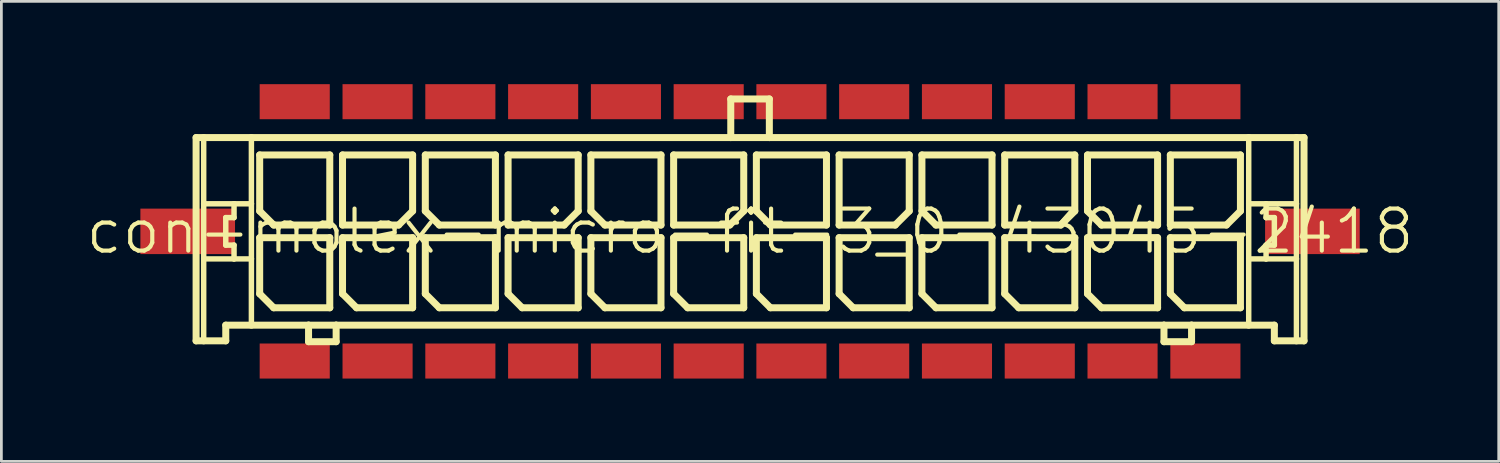
<source format=kicad_pcb>
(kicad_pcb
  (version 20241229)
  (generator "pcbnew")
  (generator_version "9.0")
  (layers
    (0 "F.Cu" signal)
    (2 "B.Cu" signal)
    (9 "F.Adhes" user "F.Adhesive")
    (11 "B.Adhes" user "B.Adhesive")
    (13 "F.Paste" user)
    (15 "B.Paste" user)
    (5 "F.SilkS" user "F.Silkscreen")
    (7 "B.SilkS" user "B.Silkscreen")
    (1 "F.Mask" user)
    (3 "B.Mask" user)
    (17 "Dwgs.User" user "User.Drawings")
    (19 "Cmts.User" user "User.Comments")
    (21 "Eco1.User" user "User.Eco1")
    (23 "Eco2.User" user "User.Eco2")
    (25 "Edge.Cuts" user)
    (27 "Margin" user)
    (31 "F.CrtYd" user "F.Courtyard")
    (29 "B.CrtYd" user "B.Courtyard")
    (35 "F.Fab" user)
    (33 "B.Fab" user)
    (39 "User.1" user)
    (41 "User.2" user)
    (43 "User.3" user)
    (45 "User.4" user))
  (footprint "con-molex-micro-fit-3_0-43045-2418"
    (layer "F.Cu")
    (at 24.13 5.334)
    (property "Reference" "con-molex-micro-fit-3_0-43045-2418" (at 0 0 0) (layer "F.SilkS") (effects (font (size 1.524 1.524) (thickness 0.15))))
    (attr smd)
    (fp_line (start -20.074 -3.399) (end -19.799 -3.399) (stroke (width 0.254) (type solid)) (layer "F.SilkS"))
    (fp_line (start -20.074 3.967) (end -20.074 -3.399) (stroke (width 0.254) (type solid)) (layer "F.SilkS"))
    (fp_line (start -19.799 -3.399) (end -18.07 -3.399) (stroke (width 0.254) (type solid)) (layer "F.SilkS"))
    (fp_line (start -19.799 -0.998) (end -19.799 -3.399) (stroke (width 0.198) (type solid)) (layer "F.SilkS"))
    (fp_line (start -19.799 0.998) (end -19.799 -0.998) (stroke (width 0.198) (type solid)) (layer "F.SilkS"))
    (fp_line (start -19.799 3.967) (end -20.074 3.967) (stroke (width 0.254) (type solid)) (layer "F.SilkS"))
    (fp_line (start -19.799 3.967) (end -19.799 0.998) (stroke (width 0.198) (type solid)) (layer "F.SilkS"))
    (fp_line (start -18.999 -0.498) (end -18.999 0.498) (stroke (width 0.198) (type solid)) (layer "F.SilkS"))
    (fp_line (start -18.999 0.498) (end -18.699 0.498) (stroke (width 0.198) (type solid)) (layer "F.SilkS"))
    (fp_line (start -18.999 3.399) (end -18.999 3.967) (stroke (width 0.254) (type solid)) (layer "F.SilkS"))
    (fp_line (start -18.999 3.967) (end -19.799 3.967) (stroke (width 0.254) (type solid)) (layer "F.SilkS"))
    (fp_line (start -18.699 -0.998) (end -19.799 -0.998) (stroke (width 0.198) (type solid)) (layer "F.SilkS"))
    (fp_line (start -18.699 -0.998) (end -18.699 -0.498) (stroke (width 0.198) (type solid)) (layer "F.SilkS"))
    (fp_line (start -18.699 -0.498) (end -18.999 -0.498) (stroke (width 0.198) (type solid)) (layer "F.SilkS"))
    (fp_line (start -18.699 0.498) (end -18.699 0.998) (stroke (width 0.198) (type solid)) (layer "F.SilkS"))
    (fp_line (start -18.699 0.998) (end -19.799 0.998) (stroke (width 0.198) (type solid)) (layer "F.SilkS"))
    (fp_line (start -18.07 -3.399) (end -0.699 -3.399) (stroke (width 0.254) (type solid)) (layer "F.SilkS"))
    (fp_line (start -18.07 -0.998) (end -18.699 -0.998) (stroke (width 0.198) (type solid)) (layer "F.SilkS"))
    (fp_line (start -18.07 -0.998) (end -18.07 -3.399) (stroke (width 0.198) (type solid)) (layer "F.SilkS"))
    (fp_line (start -18.07 0.998) (end -18.699 0.998) (stroke (width 0.198) (type solid)) (layer "F.SilkS"))
    (fp_line (start -18.07 0.998) (end -18.07 -0.998) (stroke (width 0.198) (type solid)) (layer "F.SilkS"))
    (fp_line (start -18.07 3.399) (end -18.999 3.399) (stroke (width 0.254) (type solid)) (layer "F.SilkS"))
    (fp_line (start -18.07 3.399) (end -18.07 0.998) (stroke (width 0.198) (type solid)) (layer "F.SilkS"))
    (fp_line (start -17.77 -2.769) (end -15.23 -2.769) (stroke (width 0.254) (type solid)) (layer "F.SilkS"))
    (fp_line (start -17.77 -0.737) (end -17.77 -2.769) (stroke (width 0.254) (type solid)) (layer "F.SilkS"))
    (fp_line (start -17.77 0.229) (end -15.23 0.229) (stroke (width 0.254) (type solid)) (layer "F.SilkS"))
    (fp_line (start -17.77 2.261) (end -17.77 0.229) (stroke (width 0.254) (type solid)) (layer "F.SilkS"))
    (fp_line (start -17.262 -0.229) (end -17.77 -0.737) (stroke (width 0.254) (type solid)) (layer "F.SilkS"))
    (fp_line (start -17.262 2.769) (end -17.77 2.261) (stroke (width 0.254) (type solid)) (layer "F.SilkS"))
    (fp_line (start -15.999 3.399) (end -18.07 3.399) (stroke (width 0.254) (type solid)) (layer "F.SilkS"))
    (fp_line (start -15.999 3.399) (end -15.999 3.998) (stroke (width 0.254) (type solid)) (layer "F.SilkS"))
    (fp_line (start -15.999 3.998) (end -14.999 3.998) (stroke (width 0.254) (type solid)) (layer "F.SilkS"))
    (fp_line (start -15.23 -2.769) (end -15.23 -0.229) (stroke (width 0.254) (type solid)) (layer "F.SilkS"))
    (fp_line (start -15.23 -0.229) (end -17.262 -0.229) (stroke (width 0.254) (type solid)) (layer "F.SilkS"))
    (fp_line (start -15.23 0.229) (end -15.23 2.769) (stroke (width 0.254) (type solid)) (layer "F.SilkS"))
    (fp_line (start -15.23 2.769) (end -17.262 2.769) (stroke (width 0.254) (type solid)) (layer "F.SilkS"))
    (fp_line (start -14.999 3.399) (end -15.999 3.399) (stroke (width 0.254) (type solid)) (layer "F.SilkS"))
    (fp_line (start -14.999 3.998) (end -14.999 3.399) (stroke (width 0.254) (type solid)) (layer "F.SilkS"))
    (fp_line (start -14.768 -2.769) (end -14.768 -0.229) (stroke (width 0.254) (type solid)) (layer "F.SilkS"))
    (fp_line (start -14.768 -0.229) (end -12.736 -0.229) (stroke (width 0.254) (type solid)) (layer "F.SilkS"))
    (fp_line (start -14.768 0.229) (end -12.228 0.229) (stroke (width 0.254) (type solid)) (layer "F.SilkS"))
    (fp_line (start -14.768 2.261) (end -14.768 0.229) (stroke (width 0.254) (type solid)) (layer "F.SilkS"))
    (fp_line (start -14.26 2.769) (end -14.768 2.261) (stroke (width 0.254) (type solid)) (layer "F.SilkS"))
    (fp_line (start -12.736 -0.229) (end -12.228 -0.737) (stroke (width 0.254) (type solid)) (layer "F.SilkS"))
    (fp_line (start -12.228 -2.769) (end -14.768 -2.769) (stroke (width 0.254) (type solid)) (layer "F.SilkS"))
    (fp_line (start -12.228 -0.737) (end -12.228 -2.769) (stroke (width 0.254) (type solid)) (layer "F.SilkS"))
    (fp_line (start -12.228 0.229) (end -12.228 2.769) (stroke (width 0.254) (type solid)) (layer "F.SilkS"))
    (fp_line (start -12.228 2.769) (end -14.26 2.769) (stroke (width 0.254) (type solid)) (layer "F.SilkS"))
    (fp_line (start -11.768 -2.769) (end -9.228 -2.769) (stroke (width 0.254) (type solid)) (layer "F.SilkS"))
    (fp_line (start -11.768 -0.737) (end -11.768 -2.769) (stroke (width 0.254) (type solid)) (layer "F.SilkS"))
    (fp_line (start -11.768 0.229) (end -9.228 0.229) (stroke (width 0.254) (type solid)) (layer "F.SilkS"))
    (fp_line (start -11.768 2.261) (end -11.768 0.229) (stroke (width 0.254) (type solid)) (layer "F.SilkS"))
    (fp_line (start -11.26 -0.229) (end -11.768 -0.737) (stroke (width 0.254) (type solid)) (layer "F.SilkS"))
    (fp_line (start -11.26 2.769) (end -11.768 2.261) (stroke (width 0.254) (type solid)) (layer "F.SilkS"))
    (fp_line (start -9.228 -2.769) (end -9.228 -0.229) (stroke (width 0.254) (type solid)) (layer "F.SilkS"))
    (fp_line (start -9.228 -0.229) (end -11.26 -0.229) (stroke (width 0.254) (type solid)) (layer "F.SilkS"))
    (fp_line (start -9.228 0.229) (end -9.228 2.769) (stroke (width 0.254) (type solid)) (layer "F.SilkS"))
    (fp_line (start -9.228 2.769) (end -11.26 2.769) (stroke (width 0.254) (type solid)) (layer "F.SilkS"))
    (fp_line (start -8.768 -2.769) (end -8.768 -0.229) (stroke (width 0.254) (type solid)) (layer "F.SilkS"))
    (fp_line (start -8.768 -0.229) (end -6.736 -0.229) (stroke (width 0.254) (type solid)) (layer "F.SilkS"))
    (fp_line (start -8.768 0.229) (end -6.228 0.229) (stroke (width 0.254) (type solid)) (layer "F.SilkS"))
    (fp_line (start -8.768 2.261) (end -8.768 0.229) (stroke (width 0.254) (type solid)) (layer "F.SilkS"))
    (fp_line (start -8.26 2.769) (end -8.768 2.261) (stroke (width 0.254) (type solid)) (layer "F.SilkS"))
    (fp_line (start -6.736 -0.229) (end -6.228 -0.737) (stroke (width 0.254) (type solid)) (layer "F.SilkS"))
    (fp_line (start -6.228 -2.769) (end -8.768 -2.769) (stroke (width 0.254) (type solid)) (layer "F.SilkS"))
    (fp_line (start -6.228 -0.737) (end -6.228 -2.769) (stroke (width 0.254) (type solid)) (layer "F.SilkS"))
    (fp_line (start -6.228 0.229) (end -6.228 2.769) (stroke (width 0.254) (type solid)) (layer "F.SilkS"))
    (fp_line (start -6.228 2.769) (end -8.26 2.769) (stroke (width 0.254) (type solid)) (layer "F.SilkS"))
    (fp_line (start -5.768 -2.769) (end -3.228 -2.769) (stroke (width 0.254) (type solid)) (layer "F.SilkS"))
    (fp_line (start -5.768 -0.737) (end -5.768 -2.769) (stroke (width 0.254) (type solid)) (layer "F.SilkS"))
    (fp_line (start -5.768 0.229) (end -3.228 0.229) (stroke (width 0.254) (type solid)) (layer "F.SilkS"))
    (fp_line (start -5.768 2.261) (end -5.768 0.229) (stroke (width 0.254) (type solid)) (layer "F.SilkS"))
    (fp_line (start -5.26 -0.229) (end -5.768 -0.737) (stroke (width 0.254) (type solid)) (layer "F.SilkS"))
    (fp_line (start -5.26 2.769) (end -5.768 2.261) (stroke (width 0.254) (type solid)) (layer "F.SilkS"))
    (fp_line (start -3.228 -2.769) (end -3.228 -0.229) (stroke (width 0.254) (type solid)) (layer "F.SilkS"))
    (fp_line (start -3.228 -0.229) (end -5.26 -0.229) (stroke (width 0.254) (type solid)) (layer "F.SilkS"))
    (fp_line (start -3.228 0.229) (end -3.228 2.769) (stroke (width 0.254) (type solid)) (layer "F.SilkS"))
    (fp_line (start -3.228 2.769) (end -5.26 2.769) (stroke (width 0.254) (type solid)) (layer "F.SilkS"))
    (fp_line (start -2.769 -2.769) (end -2.769 -0.229) (stroke (width 0.254) (type solid)) (layer "F.SilkS"))
    (fp_line (start -2.769 -0.229) (end -0.737 -0.229) (stroke (width 0.254) (type solid)) (layer "F.SilkS"))
    (fp_line (start -2.769 0.229) (end -0.229 0.229) (stroke (width 0.254) (type solid)) (layer "F.SilkS"))
    (fp_line (start -2.769 2.261) (end -2.769 0.229) (stroke (width 0.254) (type solid)) (layer "F.SilkS"))
    (fp_line (start -2.261 2.769) (end -2.769 2.261) (stroke (width 0.254) (type solid)) (layer "F.SilkS"))
    (fp_line (start -0.737 -0.229) (end -0.229 -0.737) (stroke (width 0.254) (type solid)) (layer "F.SilkS"))
    (fp_line (start -0.699 -4.798) (end -0.699 -3.399) (stroke (width 0.254) (type solid)) (layer "F.SilkS"))
    (fp_line (start -0.699 -4.798) (end 0.699 -4.798) (stroke (width 0.254) (type solid)) (layer "F.SilkS"))
    (fp_line (start -0.699 -3.399) (end 0.699 -3.399) (stroke (width 0.254) (type solid)) (layer "F.SilkS"))
    (fp_line (start -0.229 -2.769) (end -2.769 -2.769) (stroke (width 0.254) (type solid)) (layer "F.SilkS"))
    (fp_line (start -0.229 -0.737) (end -0.229 -2.769) (stroke (width 0.254) (type solid)) (layer "F.SilkS"))
    (fp_line (start -0.229 0.229) (end -0.229 2.769) (stroke (width 0.254) (type solid)) (layer "F.SilkS"))
    (fp_line (start -0.229 2.769) (end -2.261 2.769) (stroke (width 0.254) (type solid)) (layer "F.SilkS"))
    (fp_line (start 0.229 -2.769) (end 2.769 -2.769) (stroke (width 0.254) (type solid)) (layer "F.SilkS"))
    (fp_line (start 0.229 -0.737) (end 0.229 -2.769) (stroke (width 0.254) (type solid)) (layer "F.SilkS"))
    (fp_line (start 0.229 0.229) (end 2.769 0.229) (stroke (width 0.254) (type solid)) (layer "F.SilkS"))
    (fp_line (start 0.229 2.261) (end 0.229 0.229) (stroke (width 0.254) (type solid)) (layer "F.SilkS"))
    (fp_line (start 0.699 -4.798) (end 0.699 -3.399) (stroke (width 0.254) (type solid)) (layer "F.SilkS"))
    (fp_line (start 0.699 -3.399) (end 18.07 -3.399) (stroke (width 0.254) (type solid)) (layer "F.SilkS"))
    (fp_line (start 0.737 -0.229) (end 0.229 -0.737) (stroke (width 0.254) (type solid)) (layer "F.SilkS"))
    (fp_line (start 0.737 2.769) (end 0.229 2.261) (stroke (width 0.254) (type solid)) (layer "F.SilkS"))
    (fp_line (start 2.769 -2.769) (end 2.769 -0.229) (stroke (width 0.254) (type solid)) (layer "F.SilkS"))
    (fp_line (start 2.769 -0.229) (end 0.737 -0.229) (stroke (width 0.254) (type solid)) (layer "F.SilkS"))
    (fp_line (start 2.769 0.229) (end 2.769 2.769) (stroke (width 0.254) (type solid)) (layer "F.SilkS"))
    (fp_line (start 2.769 2.769) (end 0.737 2.769) (stroke (width 0.254) (type solid)) (layer "F.SilkS"))
    (fp_line (start 3.228 -2.769) (end 3.228 -0.229) (stroke (width 0.254) (type solid)) (layer "F.SilkS"))
    (fp_line (start 3.228 -0.229) (end 5.26 -0.229) (stroke (width 0.254) (type solid)) (layer "F.SilkS"))
    (fp_line (start 3.228 0.229) (end 5.768 0.229) (stroke (width 0.254) (type solid)) (layer "F.SilkS"))
    (fp_line (start 3.228 2.261) (end 3.228 0.229) (stroke (width 0.254) (type solid)) (layer "F.SilkS"))
    (fp_line (start 3.736 2.769) (end 3.228 2.261) (stroke (width 0.254) (type solid)) (layer "F.SilkS"))
    (fp_line (start 5.26 -0.229) (end 5.768 -0.737) (stroke (width 0.254) (type solid)) (layer "F.SilkS"))
    (fp_line (start 5.768 -2.769) (end 3.228 -2.769) (stroke (width 0.254) (type solid)) (layer "F.SilkS"))
    (fp_line (start 5.768 -0.737) (end 5.768 -2.769) (stroke (width 0.254) (type solid)) (layer "F.SilkS"))
    (fp_line (start 5.768 0.229) (end 5.768 2.769) (stroke (width 0.254) (type solid)) (layer "F.SilkS"))
    (fp_line (start 5.768 2.769) (end 3.736 2.769) (stroke (width 0.254) (type solid)) (layer "F.SilkS"))
    (fp_line (start 6.228 -2.769) (end 8.768 -2.769) (stroke (width 0.254) (type solid)) (layer "F.SilkS"))
    (fp_line (start 6.228 -0.737) (end 6.228 -2.769) (stroke (width 0.254) (type solid)) (layer "F.SilkS"))
    (fp_line (start 6.228 0.229) (end 8.768 0.229) (stroke (width 0.254) (type solid)) (layer "F.SilkS"))
    (fp_line (start 6.228 2.261) (end 6.228 0.229) (stroke (width 0.254) (type solid)) (layer "F.SilkS"))
    (fp_line (start 6.736 -0.229) (end 6.228 -0.737) (stroke (width 0.254) (type solid)) (layer "F.SilkS"))
    (fp_line (start 6.736 2.769) (end 6.228 2.261) (stroke (width 0.254) (type solid)) (layer "F.SilkS"))
    (fp_line (start 8.768 -2.769) (end 8.768 -0.229) (stroke (width 0.254) (type solid)) (layer "F.SilkS"))
    (fp_line (start 8.768 -0.229) (end 6.736 -0.229) (stroke (width 0.254) (type solid)) (layer "F.SilkS"))
    (fp_line (start 8.768 0.229) (end 8.768 2.769) (stroke (width 0.254) (type solid)) (layer "F.SilkS"))
    (fp_line (start 8.768 2.769) (end 6.736 2.769) (stroke (width 0.254) (type solid)) (layer "F.SilkS"))
    (fp_line (start 9.228 -2.769) (end 9.228 -0.229) (stroke (width 0.254) (type solid)) (layer "F.SilkS"))
    (fp_line (start 9.228 -0.229) (end 11.26 -0.229) (stroke (width 0.254) (type solid)) (layer "F.SilkS"))
    (fp_line (start 9.228 0.229) (end 11.768 0.229) (stroke (width 0.254) (type solid)) (layer "F.SilkS"))
    (fp_line (start 9.228 2.261) (end 9.228 0.229) (stroke (width 0.254) (type solid)) (layer "F.SilkS"))
    (fp_line (start 9.736 2.769) (end 9.228 2.261) (stroke (width 0.254) (type solid)) (layer "F.SilkS"))
    (fp_line (start 11.26 -0.229) (end 11.768 -0.737) (stroke (width 0.254) (type solid)) (layer "F.SilkS"))
    (fp_line (start 11.768 -2.769) (end 9.228 -2.769) (stroke (width 0.254) (type solid)) (layer "F.SilkS"))
    (fp_line (start 11.768 -0.737) (end 11.768 -2.769) (stroke (width 0.254) (type solid)) (layer "F.SilkS"))
    (fp_line (start 11.768 0.229) (end 11.768 2.769) (stroke (width 0.254) (type solid)) (layer "F.SilkS"))
    (fp_line (start 11.768 2.769) (end 9.736 2.769) (stroke (width 0.254) (type solid)) (layer "F.SilkS"))
    (fp_line (start 12.228 -2.769) (end 14.768 -2.769) (stroke (width 0.254) (type solid)) (layer "F.SilkS"))
    (fp_line (start 12.228 -0.737) (end 12.228 -2.769) (stroke (width 0.254) (type solid)) (layer "F.SilkS"))
    (fp_line (start 12.228 0.229) (end 14.768 0.229) (stroke (width 0.254) (type solid)) (layer "F.SilkS"))
    (fp_line (start 12.228 2.261) (end 12.228 0.229) (stroke (width 0.254) (type solid)) (layer "F.SilkS"))
    (fp_line (start 12.736 -0.229) (end 12.228 -0.737) (stroke (width 0.254) (type solid)) (layer "F.SilkS"))
    (fp_line (start 12.736 2.769) (end 12.228 2.261) (stroke (width 0.254) (type solid)) (layer "F.SilkS"))
    (fp_line (start 14.768 -2.769) (end 14.768 -0.229) (stroke (width 0.254) (type solid)) (layer "F.SilkS"))
    (fp_line (start 14.768 -0.229) (end 12.736 -0.229) (stroke (width 0.254) (type solid)) (layer "F.SilkS"))
    (fp_line (start 14.768 0.229) (end 14.768 2.769) (stroke (width 0.254) (type solid)) (layer "F.SilkS"))
    (fp_line (start 14.768 2.769) (end 12.736 2.769) (stroke (width 0.254) (type solid)) (layer "F.SilkS"))
    (fp_line (start 14.999 3.399) (end -14.999 3.399) (stroke (width 0.254) (type solid)) (layer "F.SilkS"))
    (fp_line (start 14.999 3.399) (end 14.999 3.998) (stroke (width 0.254) (type solid)) (layer "F.SilkS"))
    (fp_line (start 14.999 3.998) (end 15.999 3.998) (stroke (width 0.254) (type solid)) (layer "F.SilkS"))
    (fp_line (start 15.23 -2.769) (end 15.23 -0.229) (stroke (width 0.254) (type solid)) (layer "F.SilkS"))
    (fp_line (start 15.23 -0.229) (end 17.262 -0.229) (stroke (width 0.254) (type solid)) (layer "F.SilkS"))
    (fp_line (start 15.23 0.229) (end 17.77 0.229) (stroke (width 0.254) (type solid)) (layer "F.SilkS"))
    (fp_line (start 15.23 2.261) (end 15.23 0.229) (stroke (width 0.254) (type solid)) (layer "F.SilkS"))
    (fp_line (start 15.738 2.769) (end 15.23 2.261) (stroke (width 0.254) (type solid)) (layer "F.SilkS"))
    (fp_line (start 15.999 3.399) (end 14.999 3.399) (stroke (width 0.254) (type solid)) (layer "F.SilkS"))
    (fp_line (start 15.999 3.998) (end 15.999 3.399) (stroke (width 0.254) (type solid)) (layer "F.SilkS"))
    (fp_line (start 17.262 -0.229) (end 17.77 -0.737) (stroke (width 0.254) (type solid)) (layer "F.SilkS"))
    (fp_line (start 17.77 -2.769) (end 15.23 -2.769) (stroke (width 0.254) (type solid)) (layer "F.SilkS"))
    (fp_line (start 17.77 -0.737) (end 17.77 -2.769) (stroke (width 0.254) (type solid)) (layer "F.SilkS"))
    (fp_line (start 17.77 0.229) (end 17.77 2.769) (stroke (width 0.254) (type solid)) (layer "F.SilkS"))
    (fp_line (start 17.77 2.769) (end 15.738 2.769) (stroke (width 0.254) (type solid)) (layer "F.SilkS"))
    (fp_line (start 18.07 -3.399) (end 18.07 -0.998) (stroke (width 0.198) (type solid)) (layer "F.SilkS"))
    (fp_line (start 18.07 -3.399) (end 19.799 -3.399) (stroke (width 0.254) (type solid)) (layer "F.SilkS"))
    (fp_line (start 18.07 -0.998) (end 18.07 0.998) (stroke (width 0.198) (type solid)) (layer "F.SilkS"))
    (fp_line (start 18.07 -0.998) (end 18.699 -0.998) (stroke (width 0.198) (type solid)) (layer "F.SilkS"))
    (fp_line (start 18.07 0.998) (end 18.07 3.399) (stroke (width 0.198) (type solid)) (layer "F.SilkS"))
    (fp_line (start 18.07 0.998) (end 18.699 0.998) (stroke (width 0.198) (type solid)) (layer "F.SilkS"))
    (fp_line (start 18.07 3.399) (end 15.999 3.399) (stroke (width 0.254) (type solid)) (layer "F.SilkS"))
    (fp_line (start 18.699 -0.998) (end 18.699 -0.498) (stroke (width 0.198) (type solid)) (layer "F.SilkS"))
    (fp_line (start 18.699 -0.998) (end 19.799 -0.998) (stroke (width 0.198) (type solid)) (layer "F.SilkS"))
    (fp_line (start 18.699 -0.498) (end 18.999 -0.498) (stroke (width 0.198) (type solid)) (layer "F.SilkS"))
    (fp_line (start 18.699 0.498) (end 18.699 0.998) (stroke (width 0.198) (type solid)) (layer "F.SilkS"))
    (fp_line (start 18.699 0.998) (end 19.799 0.998) (stroke (width 0.198) (type solid)) (layer "F.SilkS"))
    (fp_line (start 18.999 -0.498) (end 18.999 0.498) (stroke (width 0.198) (type solid)) (layer "F.SilkS"))
    (fp_line (start 18.999 0.498) (end 18.699 0.498) (stroke (width 0.198) (type solid)) (layer "F.SilkS"))
    (fp_line (start 18.999 3.399) (end 18.07 3.399) (stroke (width 0.254) (type solid)) (layer "F.SilkS"))
    (fp_line (start 18.999 3.967) (end 18.999 3.399) (stroke (width 0.254) (type solid)) (layer "F.SilkS"))
    (fp_line (start 18.999 3.967) (end 19.799 3.967) (stroke (width 0.254) (type solid)) (layer "F.SilkS"))
    (fp_line (start 19.799 -3.399) (end 20.074 -3.399) (stroke (width 0.254) (type solid)) (layer "F.SilkS"))
    (fp_line (start 19.799 -0.998) (end 19.799 -3.399) (stroke (width 0.198) (type solid)) (layer "F.SilkS"))
    (fp_line (start 19.799 0.998) (end 19.799 -0.998) (stroke (width 0.198) (type solid)) (layer "F.SilkS"))
    (fp_line (start 19.799 3.967) (end 19.799 0.998) (stroke (width 0.198) (type solid)) (layer "F.SilkS"))
    (fp_line (start 19.799 3.967) (end 20.074 3.967) (stroke (width 0.254) (type solid)) (layer "F.SilkS"))
    (fp_line (start 20.074 -3.399) (end 20.074 3.967) (stroke (width 0.254) (type solid)) (layer "F.SilkS"))
    (pad "CLIP" smd rect (at -20.378 0) (size 3.429 1.648) (layers "F.Cu" "F.Mask" "F.Paste"))
    (pad "CLIP" smd rect (at 20.378 0) (size 3.429 1.648) (layers "F.Cu" "F.Mask" "F.Paste"))
    (pad "P$1" smd rect (at 16.5 4.699) (size 2.54 1.27) (layers "F.Cu" "F.Mask" "F.Paste"))
    (pad "P$2" smd rect (at 13.498 4.699) (size 2.54 1.27) (layers "F.Cu" "F.Mask" "F.Paste"))
    (pad "P$3" smd rect (at 10.498 4.699) (size 2.54 1.27) (layers "F.Cu" "F.Mask" "F.Paste"))
    (pad "P$4" smd rect (at 7.498 4.699) (size 2.54 1.27) (layers "F.Cu" "F.Mask" "F.Paste"))
    (pad "P$5" smd rect (at 4.498 4.699) (size 2.54 1.27) (layers "F.Cu" "F.Mask" "F.Paste"))
    (pad "P$6" smd rect (at 1.499 4.699) (size 2.54 1.27) (layers "F.Cu" "F.Mask" "F.Paste"))
    (pad "P$7" smd rect (at -1.499 4.699) (size 2.54 1.27) (layers "F.Cu" "F.Mask" "F.Paste"))
    (pad "P$8" smd rect (at -4.498 4.699) (size 2.54 1.27) (layers "F.Cu" "F.Mask" "F.Paste"))
    (pad "P$9" smd rect (at -7.498 4.699) (size 2.54 1.27) (layers "F.Cu" "F.Mask" "F.Paste"))
    (pad "P$10" smd rect (at -10.498 4.699) (size 2.54 1.27) (layers "F.Cu" "F.Mask" "F.Paste"))
    (pad "P$11" smd rect (at -13.498 4.699) (size 2.54 1.27) (layers "F.Cu" "F.Mask" "F.Paste"))
    (pad "P$12" smd rect (at -16.5 4.699) (size 2.54 1.27) (layers "F.Cu" "F.Mask" "F.Paste"))
    (pad "P$13" smd rect (at 16.5 -4.699) (size 2.54 1.27) (layers "F.Cu" "F.Mask" "F.Paste"))
    (pad "P$14" smd rect (at 13.498 -4.699) (size 2.54 1.27) (layers "F.Cu" "F.Mask" "F.Paste"))
    (pad "P$15" smd rect (at 10.498 -4.699) (size 2.54 1.27) (layers "F.Cu" "F.Mask" "F.Paste"))
    (pad "P$16" smd rect (at 7.498 -4.699) (size 2.54 1.27) (layers "F.Cu" "F.Mask" "F.Paste"))
    (pad "P$17" smd rect (at 4.498 -4.699) (size 2.54 1.27) (layers "F.Cu" "F.Mask" "F.Paste"))
    (pad "P$18" smd rect (at 1.499 -4.699) (size 2.54 1.27) (layers "F.Cu" "F.Mask" "F.Paste"))
    (pad "P$19" smd rect (at -1.499 -4.699) (size 2.54 1.27) (layers "F.Cu" "F.Mask" "F.Paste"))
    (pad "P$20" smd rect (at -4.498 -4.699) (size 2.54 1.27) (layers "F.Cu" "F.Mask" "F.Paste"))
    (pad "P$21" smd rect (at -7.498 -4.699) (size 2.54 1.27) (layers "F.Cu" "F.Mask" "F.Paste"))
    (pad "P$22" smd rect (at -10.498 -4.699) (size 2.54 1.27) (layers "F.Cu" "F.Mask" "F.Paste"))
    (pad "P$23" smd rect (at -13.498 -4.699) (size 2.54 1.27) (layers "F.Cu" "F.Mask" "F.Paste"))
    (pad "P$24" smd rect (at -16.5 -4.699) (size 2.54 1.27) (layers "F.Cu" "F.Mask" "F.Paste")))
  (gr_rect
    (start -3 -3)
    (end 51.26 13.668)
    (stroke (width 0.1) (type default))
    (fill no)
    (layer "Edge.Cuts")))
</source>
